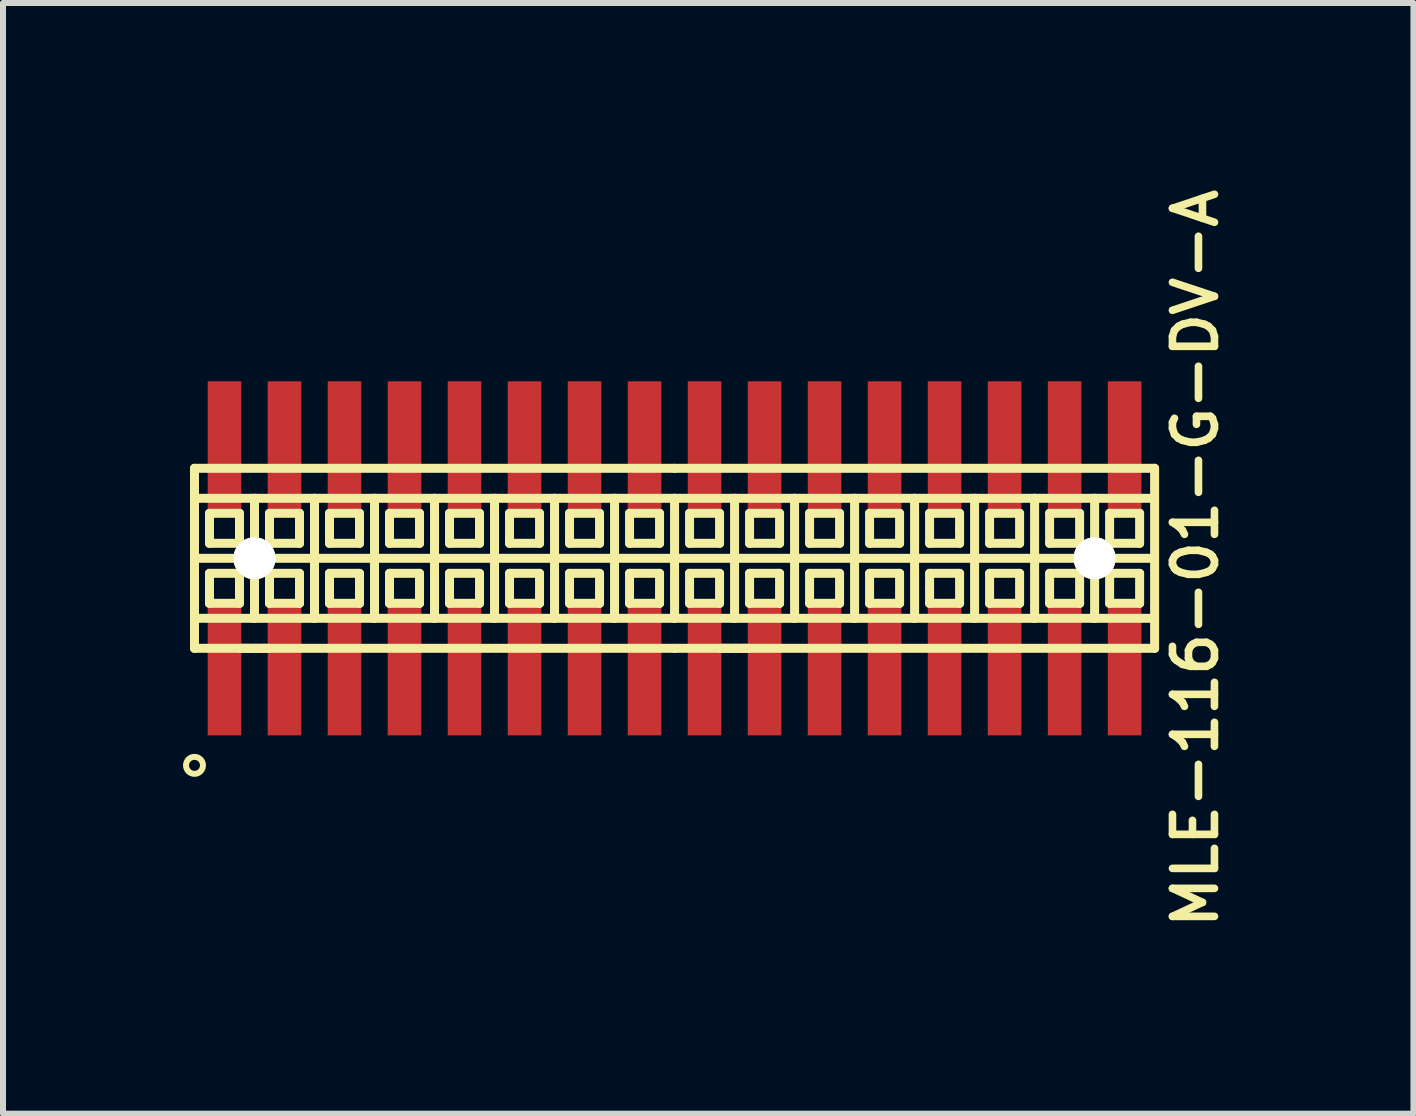
<source format=kicad_pcb>
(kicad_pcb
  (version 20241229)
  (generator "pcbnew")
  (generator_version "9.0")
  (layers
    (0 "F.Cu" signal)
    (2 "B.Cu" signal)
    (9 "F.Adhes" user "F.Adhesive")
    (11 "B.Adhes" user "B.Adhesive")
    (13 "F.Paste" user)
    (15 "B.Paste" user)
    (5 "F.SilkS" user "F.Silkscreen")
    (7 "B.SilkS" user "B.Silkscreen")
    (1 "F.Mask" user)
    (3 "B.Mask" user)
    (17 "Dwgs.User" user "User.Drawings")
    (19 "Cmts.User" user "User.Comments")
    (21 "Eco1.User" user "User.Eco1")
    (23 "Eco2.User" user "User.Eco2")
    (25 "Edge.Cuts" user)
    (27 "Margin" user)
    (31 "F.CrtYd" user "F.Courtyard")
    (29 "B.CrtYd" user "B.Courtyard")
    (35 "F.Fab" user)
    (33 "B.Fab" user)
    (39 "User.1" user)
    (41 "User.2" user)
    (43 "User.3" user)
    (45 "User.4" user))
  (footprint "MLE-116-01-G-DV-A"
    (layer "F.Cu")
    (at 8.191 6.254)
    (property "Reference" "MLE-116-01-G-DV-A" (at 8.68 0 90) (layer "F.SilkS") (effects (font (size 0.7 0.7) (thickness 0.127))))
    (attr through_hole)
    (fp_line (start -8 -1.5) (end 0 -1.5) (stroke (width 0.15) (type solid)) (layer "F.SilkS"))
    (fp_line (start -8 -1) (end -7 -1) (stroke (width 0.15) (type solid)) (layer "F.SilkS"))
    (fp_line (start -8 1.5) (end -8 -1.5) (stroke (width 0.15) (type solid)) (layer "F.SilkS"))
    (fp_line (start -7.75 -0.75) (end -7.25 -0.75) (stroke (width 0.15) (type solid)) (layer "F.SilkS"))
    (fp_line (start -7.75 -0.25) (end -7.75 -0.75) (stroke (width 0.15) (type solid)) (layer "F.SilkS"))
    (fp_line (start -7.75 0.25) (end -7.25 0.25) (stroke (width 0.15) (type solid)) (layer "F.SilkS"))
    (fp_line (start -7.75 0.75) (end -7.75 0.25) (stroke (width 0.15) (type solid)) (layer "F.SilkS"))
    (fp_line (start -7.25 -0.75) (end -7.25 -0.25) (stroke (width 0.15) (type solid)) (layer "F.SilkS"))
    (fp_line (start -7.25 -0.25) (end -7.75 -0.25) (stroke (width 0.15) (type solid)) (layer "F.SilkS"))
    (fp_line (start -7.25 0.25) (end -7.25 0.75) (stroke (width 0.15) (type solid)) (layer "F.SilkS"))
    (fp_line (start -7.25 0.75) (end -7.75 0.75) (stroke (width 0.15) (type solid)) (layer "F.SilkS"))
    (fp_line (start -7.25 1.5) (end -6.75 1.5) (stroke (width 0.15) (type solid)) (layer "F.SilkS"))
    (fp_line (start -7 -1) (end -7 0) (stroke (width 0.15) (type solid)) (layer "F.SilkS"))
    (fp_line (start -7 -1) (end -6 -1) (stroke (width 0.15) (type solid)) (layer "F.SilkS"))
    (fp_line (start -7 0) (end -8 0) (stroke (width 0.15) (type solid)) (layer "F.SilkS"))
    (fp_line (start -7 0) (end -7 1) (stroke (width 0.15) (type solid)) (layer "F.SilkS"))
    (fp_line (start -7 1) (end -8 1) (stroke (width 0.15) (type solid)) (layer "F.SilkS"))
    (fp_line (start -6.75 -0.75) (end -6.25 -0.75) (stroke (width 0.15) (type solid)) (layer "F.SilkS"))
    (fp_line (start -6.75 -0.25) (end -6.75 -0.75) (stroke (width 0.15) (type solid)) (layer "F.SilkS"))
    (fp_line (start -6.75 0.25) (end -6.25 0.25) (stroke (width 0.15) (type solid)) (layer "F.SilkS"))
    (fp_line (start -6.75 0.75) (end -6.75 0.25) (stroke (width 0.15) (type solid)) (layer "F.SilkS"))
    (fp_line (start -6.25 -0.75) (end -6.25 -0.25) (stroke (width 0.15) (type solid)) (layer "F.SilkS"))
    (fp_line (start -6.25 -0.25) (end -6.75 -0.25) (stroke (width 0.15) (type solid)) (layer "F.SilkS"))
    (fp_line (start -6.25 0.25) (end -6.25 0.75) (stroke (width 0.15) (type solid)) (layer "F.SilkS"))
    (fp_line (start -6.25 0.75) (end -6.75 0.75) (stroke (width 0.15) (type solid)) (layer "F.SilkS"))
    (fp_line (start -6 -1) (end -6 0) (stroke (width 0.15) (type solid)) (layer "F.SilkS"))
    (fp_line (start -6 -1) (end -5 -1) (stroke (width 0.15) (type solid)) (layer "F.SilkS"))
    (fp_line (start -6 0) (end -7 0) (stroke (width 0.15) (type solid)) (layer "F.SilkS"))
    (fp_line (start -6 0) (end -6 1) (stroke (width 0.15) (type solid)) (layer "F.SilkS"))
    (fp_line (start -6 1) (end -7 1) (stroke (width 0.15) (type solid)) (layer "F.SilkS"))
    (fp_line (start -5.75 -0.75) (end -5.25 -0.75) (stroke (width 0.15) (type solid)) (layer "F.SilkS"))
    (fp_line (start -5.75 -0.25) (end -5.75 -0.75) (stroke (width 0.15) (type solid)) (layer "F.SilkS"))
    (fp_line (start -5.75 0.25) (end -5.25 0.25) (stroke (width 0.15) (type solid)) (layer "F.SilkS"))
    (fp_line (start -5.75 0.75) (end -5.75 0.25) (stroke (width 0.15) (type solid)) (layer "F.SilkS"))
    (fp_line (start -5.25 -0.75) (end -5.25 -0.25) (stroke (width 0.15) (type solid)) (layer "F.SilkS"))
    (fp_line (start -5.25 -0.25) (end -5.75 -0.25) (stroke (width 0.15) (type solid)) (layer "F.SilkS"))
    (fp_line (start -5.25 0.25) (end -5.25 0.75) (stroke (width 0.15) (type solid)) (layer "F.SilkS"))
    (fp_line (start -5.25 0.75) (end -5.75 0.75) (stroke (width 0.15) (type solid)) (layer "F.SilkS"))
    (fp_line (start -5 -1) (end -5 0) (stroke (width 0.15) (type solid)) (layer "F.SilkS"))
    (fp_line (start -5 -1) (end -4 -1) (stroke (width 0.15) (type solid)) (layer "F.SilkS"))
    (fp_line (start -5 0) (end -6 0) (stroke (width 0.15) (type solid)) (layer "F.SilkS"))
    (fp_line (start -5 0) (end -5 1) (stroke (width 0.15) (type solid)) (layer "F.SilkS"))
    (fp_line (start -5 1) (end -6 1) (stroke (width 0.15) (type solid)) (layer "F.SilkS"))
    (fp_line (start -4.75 -0.75) (end -4.25 -0.75) (stroke (width 0.15) (type solid)) (layer "F.SilkS"))
    (fp_line (start -4.75 -0.25) (end -4.75 -0.75) (stroke (width 0.15) (type solid)) (layer "F.SilkS"))
    (fp_line (start -4.75 0.25) (end -4.25 0.25) (stroke (width 0.15) (type solid)) (layer "F.SilkS"))
    (fp_line (start -4.75 0.75) (end -4.75 0.25) (stroke (width 0.15) (type solid)) (layer "F.SilkS"))
    (fp_line (start -4.25 -0.75) (end -4.25 -0.25) (stroke (width 0.15) (type solid)) (layer "F.SilkS"))
    (fp_line (start -4.25 -0.25) (end -4.75 -0.25) (stroke (width 0.15) (type solid)) (layer "F.SilkS"))
    (fp_line (start -4.25 0.25) (end -4.25 0.75) (stroke (width 0.15) (type solid)) (layer "F.SilkS"))
    (fp_line (start -4.25 0.75) (end -4.75 0.75) (stroke (width 0.15) (type solid)) (layer "F.SilkS"))
    (fp_line (start -4 -1) (end -4 0) (stroke (width 0.15) (type solid)) (layer "F.SilkS"))
    (fp_line (start -4 -1) (end -3 -1) (stroke (width 0.15) (type solid)) (layer "F.SilkS"))
    (fp_line (start -4 0) (end -5 0) (stroke (width 0.15) (type solid)) (layer "F.SilkS"))
    (fp_line (start -4 0) (end -4 1) (stroke (width 0.15) (type solid)) (layer "F.SilkS"))
    (fp_line (start -4 1) (end -5 1) (stroke (width 0.15) (type solid)) (layer "F.SilkS"))
    (fp_line (start -3.75 -0.75) (end -3.25 -0.75) (stroke (width 0.15) (type solid)) (layer "F.SilkS"))
    (fp_line (start -3.75 -0.25) (end -3.75 -0.75) (stroke (width 0.15) (type solid)) (layer "F.SilkS"))
    (fp_line (start -3.75 0.25) (end -3.25 0.25) (stroke (width 0.15) (type solid)) (layer "F.SilkS"))
    (fp_line (start -3.75 0.5) (end -3.75 0.25) (stroke (width 0.15) (type solid)) (layer "F.SilkS"))
    (fp_line (start -3.75 0.75) (end -3.75 0.5) (stroke (width 0.15) (type solid)) (layer "F.SilkS"))
    (fp_line (start -3.25 -0.75) (end -3.25 -0.5) (stroke (width 0.15) (type solid)) (layer "F.SilkS"))
    (fp_line (start -3.25 -0.5) (end -3.25 -0.25) (stroke (width 0.15) (type solid)) (layer "F.SilkS"))
    (fp_line (start -3.25 -0.25) (end -3.75 -0.25) (stroke (width 0.15) (type solid)) (layer "F.SilkS"))
    (fp_line (start -3.25 0.25) (end -3.25 0.75) (stroke (width 0.15) (type solid)) (layer "F.SilkS"))
    (fp_line (start -3.25 0.75) (end -3.75 0.75) (stroke (width 0.15) (type solid)) (layer "F.SilkS"))
    (fp_line (start -3 -1) (end -3 0) (stroke (width 0.15) (type solid)) (layer "F.SilkS"))
    (fp_line (start -3 -1) (end -2 -1) (stroke (width 0.15) (type solid)) (layer "F.SilkS"))
    (fp_line (start -3 0) (end -4 0) (stroke (width 0.15) (type solid)) (layer "F.SilkS"))
    (fp_line (start -3 0) (end -3 1) (stroke (width 0.15) (type solid)) (layer "F.SilkS"))
    (fp_line (start -3 1) (end -4 1) (stroke (width 0.15) (type solid)) (layer "F.SilkS"))
    (fp_line (start -2.75 -0.75) (end -2.25 -0.75) (stroke (width 0.15) (type solid)) (layer "F.SilkS"))
    (fp_line (start -2.75 -0.25) (end -2.75 -0.75) (stroke (width 0.15) (type solid)) (layer "F.SilkS"))
    (fp_line (start -2.75 0.25) (end -2.25 0.25) (stroke (width 0.15) (type solid)) (layer "F.SilkS"))
    (fp_line (start -2.75 0.75) (end -2.75 0.25) (stroke (width 0.15) (type solid)) (layer "F.SilkS"))
    (fp_line (start -2.25 -0.75) (end -2.25 -0.25) (stroke (width 0.15) (type solid)) (layer "F.SilkS"))
    (fp_line (start -2.25 -0.25) (end -2.75 -0.25) (stroke (width 0.15) (type solid)) (layer "F.SilkS"))
    (fp_line (start -2.25 0.25) (end -2.25 0.75) (stroke (width 0.15) (type solid)) (layer "F.SilkS"))
    (fp_line (start -2.25 0.75) (end -2.75 0.75) (stroke (width 0.15) (type solid)) (layer "F.SilkS"))
    (fp_line (start -2 -1) (end -2 0) (stroke (width 0.15) (type solid)) (layer "F.SilkS"))
    (fp_line (start -2 -1) (end -1 -1) (stroke (width 0.15) (type solid)) (layer "F.SilkS"))
    (fp_line (start -2 0) (end -3 0) (stroke (width 0.15) (type solid)) (layer "F.SilkS"))
    (fp_line (start -2 0) (end -2 1) (stroke (width 0.15) (type solid)) (layer "F.SilkS"))
    (fp_line (start -2 1) (end -3 1) (stroke (width 0.15) (type solid)) (layer "F.SilkS"))
    (fp_line (start -1.75 -0.75) (end -1.25 -0.75) (stroke (width 0.15) (type solid)) (layer "F.SilkS"))
    (fp_line (start -1.75 -0.25) (end -1.75 -0.75) (stroke (width 0.15) (type solid)) (layer "F.SilkS"))
    (fp_line (start -1.75 0.25) (end -1.25 0.25) (stroke (width 0.15) (type solid)) (layer "F.SilkS"))
    (fp_line (start -1.75 0.75) (end -1.75 0.25) (stroke (width 0.15) (type solid)) (layer "F.SilkS"))
    (fp_line (start -1.25 -0.75) (end -1.25 -0.25) (stroke (width 0.15) (type solid)) (layer "F.SilkS"))
    (fp_line (start -1.25 -0.25) (end -1.75 -0.25) (stroke (width 0.15) (type solid)) (layer "F.SilkS"))
    (fp_line (start -1.25 0.25) (end -1.25 0.75) (stroke (width 0.15) (type solid)) (layer "F.SilkS"))
    (fp_line (start -1.25 0.75) (end -1.75 0.75) (stroke (width 0.15) (type solid)) (layer "F.SilkS"))
    (fp_line (start -1 -1) (end -1 0) (stroke (width 0.15) (type solid)) (layer "F.SilkS"))
    (fp_line (start -1 -1) (end 0 -1) (stroke (width 0.15) (type solid)) (layer "F.SilkS"))
    (fp_line (start -1 0) (end -2 0) (stroke (width 0.15) (type solid)) (layer "F.SilkS"))
    (fp_line (start -1 0) (end -1 1) (stroke (width 0.15) (type solid)) (layer "F.SilkS"))
    (fp_line (start -1 0) (end 0 0) (stroke (width 0.15) (type solid)) (layer "F.SilkS"))
    (fp_line (start -1 1) (end -2 1) (stroke (width 0.15) (type solid)) (layer "F.SilkS"))
    (fp_line (start -1 1) (end 0 1) (stroke (width 0.15) (type solid)) (layer "F.SilkS"))
    (fp_line (start -0.75 -0.75) (end -0.25 -0.75) (stroke (width 0.15) (type solid)) (layer "F.SilkS"))
    (fp_line (start -0.75 -0.25) (end -0.75 -0.75) (stroke (width 0.15) (type solid)) (layer "F.SilkS"))
    (fp_line (start -0.75 0.25) (end -0.25 0.25) (stroke (width 0.15) (type solid)) (layer "F.SilkS"))
    (fp_line (start -0.75 0.75) (end -0.75 0.25) (stroke (width 0.15) (type solid)) (layer "F.SilkS"))
    (fp_line (start -0.25 -0.75) (end -0.25 -0.25) (stroke (width 0.15) (type solid)) (layer "F.SilkS"))
    (fp_line (start -0.25 -0.25) (end -0.75 -0.25) (stroke (width 0.15) (type solid)) (layer "F.SilkS"))
    (fp_line (start -0.25 0.25) (end -0.25 0.75) (stroke (width 0.15) (type solid)) (layer "F.SilkS"))
    (fp_line (start -0.25 0.75) (end -0.75 0.75) (stroke (width 0.15) (type solid)) (layer "F.SilkS"))
    (fp_line (start 0 -1.5) (end 8 -1.5) (stroke (width 0.15) (type solid)) (layer "F.SilkS"))
    (fp_line (start 0 -1) (end 0 1) (stroke (width 0.15) (type solid)) (layer "F.SilkS"))
    (fp_line (start 0 -1) (end 1 -1) (stroke (width 0.15) (type solid)) (layer "F.SilkS"))
    (fp_line (start 0 1.5) (end -8 1.5) (stroke (width 0.15) (type solid)) (layer "F.SilkS"))
    (fp_line (start 0.25 -0.75) (end 0.75 -0.75) (stroke (width 0.15) (type solid)) (layer "F.SilkS"))
    (fp_line (start 0.25 -0.25) (end 0.25 -0.75) (stroke (width 0.15) (type solid)) (layer "F.SilkS"))
    (fp_line (start 0.25 0.25) (end 0.75 0.25) (stroke (width 0.15) (type solid)) (layer "F.SilkS"))
    (fp_line (start 0.25 0.75) (end 0.25 0.25) (stroke (width 0.15) (type solid)) (layer "F.SilkS"))
    (fp_line (start 0.75 -0.75) (end 0.75 -0.25) (stroke (width 0.15) (type solid)) (layer "F.SilkS"))
    (fp_line (start 0.75 -0.25) (end 0.25 -0.25) (stroke (width 0.15) (type solid)) (layer "F.SilkS"))
    (fp_line (start 0.75 0.25) (end 0.75 0.75) (stroke (width 0.15) (type solid)) (layer "F.SilkS"))
    (fp_line (start 0.75 0.75) (end 0.25 0.75) (stroke (width 0.15) (type solid)) (layer "F.SilkS"))
    (fp_line (start 0.75 1.5) (end 1.25 1.5) (stroke (width 0.15) (type solid)) (layer "F.SilkS"))
    (fp_line (start 1 -1) (end 1 0) (stroke (width 0.15) (type solid)) (layer "F.SilkS"))
    (fp_line (start 1 -1) (end 2 -1) (stroke (width 0.15) (type solid)) (layer "F.SilkS"))
    (fp_line (start 1 0) (end 0 0) (stroke (width 0.15) (type solid)) (layer "F.SilkS"))
    (fp_line (start 1 0) (end 1 1) (stroke (width 0.15) (type solid)) (layer "F.SilkS"))
    (fp_line (start 1 1) (end 0 1) (stroke (width 0.15) (type solid)) (layer "F.SilkS"))
    (fp_line (start 1.25 -0.75) (end 1.75 -0.75) (stroke (width 0.15) (type solid)) (layer "F.SilkS"))
    (fp_line (start 1.25 -0.25) (end 1.25 -0.75) (stroke (width 0.15) (type solid)) (layer "F.SilkS"))
    (fp_line (start 1.25 0.25) (end 1.75 0.25) (stroke (width 0.15) (type solid)) (layer "F.SilkS"))
    (fp_line (start 1.25 0.75) (end 1.25 0.25) (stroke (width 0.15) (type solid)) (layer "F.SilkS"))
    (fp_line (start 1.75 -0.75) (end 1.75 -0.25) (stroke (width 0.15) (type solid)) (layer "F.SilkS"))
    (fp_line (start 1.75 -0.25) (end 1.25 -0.25) (stroke (width 0.15) (type solid)) (layer "F.SilkS"))
    (fp_line (start 1.75 0.25) (end 1.75 0.75) (stroke (width 0.15) (type solid)) (layer "F.SilkS"))
    (fp_line (start 1.75 0.75) (end 1.25 0.75) (stroke (width 0.15) (type solid)) (layer "F.SilkS"))
    (fp_line (start 2 -1) (end 2 0) (stroke (width 0.15) (type solid)) (layer "F.SilkS"))
    (fp_line (start 2 -1) (end 3 -1) (stroke (width 0.15) (type solid)) (layer "F.SilkS"))
    (fp_line (start 2 0) (end 1 0) (stroke (width 0.15) (type solid)) (layer "F.SilkS"))
    (fp_line (start 2 0) (end 2 1) (stroke (width 0.15) (type solid)) (layer "F.SilkS"))
    (fp_line (start 2 1) (end 1 1) (stroke (width 0.15) (type solid)) (layer "F.SilkS"))
    (fp_line (start 2.25 -0.75) (end 2.75 -0.75) (stroke (width 0.15) (type solid)) (layer "F.SilkS"))
    (fp_line (start 2.25 -0.25) (end 2.25 -0.75) (stroke (width 0.15) (type solid)) (layer "F.SilkS"))
    (fp_line (start 2.25 0.25) (end 2.75 0.25) (stroke (width 0.15) (type solid)) (layer "F.SilkS"))
    (fp_line (start 2.25 0.75) (end 2.25 0.25) (stroke (width 0.15) (type solid)) (layer "F.SilkS"))
    (fp_line (start 2.75 -0.75) (end 2.75 -0.25) (stroke (width 0.15) (type solid)) (layer "F.SilkS"))
    (fp_line (start 2.75 -0.25) (end 2.25 -0.25) (stroke (width 0.15) (type solid)) (layer "F.SilkS"))
    (fp_line (start 2.75 0.25) (end 2.75 0.75) (stroke (width 0.15) (type solid)) (layer "F.SilkS"))
    (fp_line (start 2.75 0.75) (end 2.25 0.75) (stroke (width 0.15) (type solid)) (layer "F.SilkS"))
    (fp_line (start 3 -1) (end 3 0) (stroke (width 0.15) (type solid)) (layer "F.SilkS"))
    (fp_line (start 3 -1) (end 4 -1) (stroke (width 0.15) (type solid)) (layer "F.SilkS"))
    (fp_line (start 3 0) (end 2 0) (stroke (width 0.15) (type solid)) (layer "F.SilkS"))
    (fp_line (start 3 0) (end 3 1) (stroke (width 0.15) (type solid)) (layer "F.SilkS"))
    (fp_line (start 3 1) (end 2 1) (stroke (width 0.15) (type solid)) (layer "F.SilkS"))
    (fp_line (start 3.25 -0.75) (end 3.75 -0.75) (stroke (width 0.15) (type solid)) (layer "F.SilkS"))
    (fp_line (start 3.25 -0.25) (end 3.25 -0.75) (stroke (width 0.15) (type solid)) (layer "F.SilkS"))
    (fp_line (start 3.25 0.25) (end 3.75 0.25) (stroke (width 0.15) (type solid)) (layer "F.SilkS"))
    (fp_line (start 3.25 0.75) (end 3.25 0.25) (stroke (width 0.15) (type solid)) (layer "F.SilkS"))
    (fp_line (start 3.75 -0.75) (end 3.75 -0.25) (stroke (width 0.15) (type solid)) (layer "F.SilkS"))
    (fp_line (start 3.75 -0.25) (end 3.25 -0.25) (stroke (width 0.15) (type solid)) (layer "F.SilkS"))
    (fp_line (start 3.75 0.25) (end 3.75 0.75) (stroke (width 0.15) (type solid)) (layer "F.SilkS"))
    (fp_line (start 3.75 0.75) (end 3.25 0.75) (stroke (width 0.15) (type solid)) (layer "F.SilkS"))
    (fp_line (start 4 -1) (end 4 0) (stroke (width 0.15) (type solid)) (layer "F.SilkS"))
    (fp_line (start 4 -1) (end 5 -1) (stroke (width 0.15) (type solid)) (layer "F.SilkS"))
    (fp_line (start 4 0) (end 3 0) (stroke (width 0.15) (type solid)) (layer "F.SilkS"))
    (fp_line (start 4 0) (end 4 1) (stroke (width 0.15) (type solid)) (layer "F.SilkS"))
    (fp_line (start 4 1) (end 3 1) (stroke (width 0.15) (type solid)) (layer "F.SilkS"))
    (fp_line (start 4.25 -0.75) (end 4.75 -0.75) (stroke (width 0.15) (type solid)) (layer "F.SilkS"))
    (fp_line (start 4.25 -0.25) (end 4.25 -0.75) (stroke (width 0.15) (type solid)) (layer "F.SilkS"))
    (fp_line (start 4.25 0.25) (end 4.75 0.25) (stroke (width 0.15) (type solid)) (layer "F.SilkS"))
    (fp_line (start 4.25 0.5) (end 4.25 0.25) (stroke (width 0.15) (type solid)) (layer "F.SilkS"))
    (fp_line (start 4.25 0.75) (end 4.25 0.5) (stroke (width 0.15) (type solid)) (layer "F.SilkS"))
    (fp_line (start 4.75 -0.75) (end 4.75 -0.5) (stroke (width 0.15) (type solid)) (layer "F.SilkS"))
    (fp_line (start 4.75 -0.5) (end 4.75 -0.25) (stroke (width 0.15) (type solid)) (layer "F.SilkS"))
    (fp_line (start 4.75 -0.25) (end 4.25 -0.25) (stroke (width 0.15) (type solid)) (layer "F.SilkS"))
    (fp_line (start 4.75 0.25) (end 4.75 0.75) (stroke (width 0.15) (type solid)) (layer "F.SilkS"))
    (fp_line (start 4.75 0.75) (end 4.25 0.75) (stroke (width 0.15) (type solid)) (layer "F.SilkS"))
    (fp_line (start 5 -1) (end 5 0) (stroke (width 0.15) (type solid)) (layer "F.SilkS"))
    (fp_line (start 5 -1) (end 6 -1) (stroke (width 0.15) (type solid)) (layer "F.SilkS"))
    (fp_line (start 5 0) (end 4 0) (stroke (width 0.15) (type solid)) (layer "F.SilkS"))
    (fp_line (start 5 0) (end 5 1) (stroke (width 0.15) (type solid)) (layer "F.SilkS"))
    (fp_line (start 5 1) (end 4 1) (stroke (width 0.15) (type solid)) (layer "F.SilkS"))
    (fp_line (start 5.25 -0.75) (end 5.75 -0.75) (stroke (width 0.15) (type solid)) (layer "F.SilkS"))
    (fp_line (start 5.25 -0.25) (end 5.25 -0.75) (stroke (width 0.15) (type solid)) (layer "F.SilkS"))
    (fp_line (start 5.25 0.25) (end 5.75 0.25) (stroke (width 0.15) (type solid)) (layer "F.SilkS"))
    (fp_line (start 5.25 0.75) (end 5.25 0.25) (stroke (width 0.15) (type solid)) (layer "F.SilkS"))
    (fp_line (start 5.75 -0.75) (end 5.75 -0.25) (stroke (width 0.15) (type solid)) (layer "F.SilkS"))
    (fp_line (start 5.75 -0.25) (end 5.25 -0.25) (stroke (width 0.15) (type solid)) (layer "F.SilkS"))
    (fp_line (start 5.75 0.25) (end 5.75 0.75) (stroke (width 0.15) (type solid)) (layer "F.SilkS"))
    (fp_line (start 5.75 0.75) (end 5.25 0.75) (stroke (width 0.15) (type solid)) (layer "F.SilkS"))
    (fp_line (start 6 -1) (end 6 0) (stroke (width 0.15) (type solid)) (layer "F.SilkS"))
    (fp_line (start 6 -1) (end 7 -1) (stroke (width 0.15) (type solid)) (layer "F.SilkS"))
    (fp_line (start 6 0) (end 5 0) (stroke (width 0.15) (type solid)) (layer "F.SilkS"))
    (fp_line (start 6 0) (end 6 1) (stroke (width 0.15) (type solid)) (layer "F.SilkS"))
    (fp_line (start 6 1) (end 5 1) (stroke (width 0.15) (type solid)) (layer "F.SilkS"))
    (fp_line (start 6.25 -0.75) (end 6.75 -0.75) (stroke (width 0.15) (type solid)) (layer "F.SilkS"))
    (fp_line (start 6.25 -0.25) (end 6.25 -0.75) (stroke (width 0.15) (type solid)) (layer "F.SilkS"))
    (fp_line (start 6.25 0.25) (end 6.75 0.25) (stroke (width 0.15) (type solid)) (layer "F.SilkS"))
    (fp_line (start 6.25 0.75) (end 6.25 0.25) (stroke (width 0.15) (type solid)) (layer "F.SilkS"))
    (fp_line (start 6.75 -0.75) (end 6.75 -0.25) (stroke (width 0.15) (type solid)) (layer "F.SilkS"))
    (fp_line (start 6.75 -0.25) (end 6.25 -0.25) (stroke (width 0.15) (type solid)) (layer "F.SilkS"))
    (fp_line (start 6.75 0.25) (end 6.75 0.75) (stroke (width 0.15) (type solid)) (layer "F.SilkS"))
    (fp_line (start 6.75 0.75) (end 6.25 0.75) (stroke (width 0.15) (type solid)) (layer "F.SilkS"))
    (fp_line (start 7 -1) (end 7 0) (stroke (width 0.15) (type solid)) (layer "F.SilkS"))
    (fp_line (start 7 -1) (end 8 -1) (stroke (width 0.15) (type solid)) (layer "F.SilkS"))
    (fp_line (start 7 0) (end 6 0) (stroke (width 0.15) (type solid)) (layer "F.SilkS"))
    (fp_line (start 7 0) (end 7 1) (stroke (width 0.15) (type solid)) (layer "F.SilkS"))
    (fp_line (start 7 0) (end 8 0) (stroke (width 0.15) (type solid)) (layer "F.SilkS"))
    (fp_line (start 7 1) (end 6 1) (stroke (width 0.15) (type solid)) (layer "F.SilkS"))
    (fp_line (start 7 1) (end 8 1) (stroke (width 0.15) (type solid)) (layer "F.SilkS"))
    (fp_line (start 7.25 -0.75) (end 7.75 -0.75) (stroke (width 0.15) (type solid)) (layer "F.SilkS"))
    (fp_line (start 7.25 -0.25) (end 7.25 -0.75) (stroke (width 0.15) (type solid)) (layer "F.SilkS"))
    (fp_line (start 7.25 0.25) (end 7.75 0.25) (stroke (width 0.15) (type solid)) (layer "F.SilkS"))
    (fp_line (start 7.25 0.75) (end 7.25 0.25) (stroke (width 0.15) (type solid)) (layer "F.SilkS"))
    (fp_line (start 7.75 -0.75) (end 7.75 -0.25) (stroke (width 0.15) (type solid)) (layer "F.SilkS"))
    (fp_line (start 7.75 -0.25) (end 7.25 -0.25) (stroke (width 0.15) (type solid)) (layer "F.SilkS"))
    (fp_line (start 7.75 0.25) (end 7.75 0.75) (stroke (width 0.15) (type solid)) (layer "F.SilkS"))
    (fp_line (start 7.75 0.75) (end 7.25 0.75) (stroke (width 0.15) (type solid)) (layer "F.SilkS"))
    (fp_line (start 8 -1.5) (end 8 1.5) (stroke (width 0.15) (type solid)) (layer "F.SilkS"))
    (fp_line (start 8 1.5) (end 0 1.5) (stroke (width 0.15) (type solid)) (layer "F.SilkS"))
    (fp_circle (center -8 3.45) (end -8.1 3.55) (stroke (width 0.1) (type solid)) (fill no) (layer "F.SilkS"))
    (pad "" np_thru_hole circle (at -7 0) (size 0.7 0.7) (drill 0.7) (layers "*.Cu" "*.Mask" "F.SilkS"))
    (pad "" np_thru_hole circle (at 7 0) (size 0.7 0.7) (drill 0.7) (layers "*.Cu" "*.Mask" "F.SilkS"))
    (pad "1" smd rect (at -7.5 1.85) (size 0.56 2.2) (layers "F.Cu" "F.Mask" "F.Paste"))
    (pad "2" smd rect (at -7.5 -1.85) (size 0.56 2.2) (layers "F.Cu" "F.Mask" "F.Paste"))
    (pad "3" smd rect (at -6.5 1.85) (size 0.56 2.2) (layers "F.Cu" "F.Mask" "F.Paste"))
    (pad "4" smd rect (at -6.5 -1.85) (size 0.56 2.2) (layers "F.Cu" "F.Mask" "F.Paste"))
    (pad "5" smd rect (at -5.5 1.85) (size 0.56 2.2) (layers "F.Cu" "F.Mask" "F.Paste"))
    (pad "6" smd rect (at -5.5 -1.85) (size 0.56 2.2) (layers "F.Cu" "F.Mask" "F.Paste"))
    (pad "7" smd rect (at -4.5 1.85) (size 0.56 2.2) (layers "F.Cu" "F.Mask" "F.Paste"))
    (pad "8" smd rect (at -4.5 -1.85) (size 0.56 2.2) (layers "F.Cu" "F.Mask" "F.Paste"))
    (pad "9" smd rect (at -3.5 1.85) (size 0.56 2.2) (layers "F.Cu" "F.Mask" "F.Paste"))
    (pad "10" smd rect (at -3.5 -1.85) (size 0.56 2.2) (layers "F.Cu" "F.Mask" "F.Paste"))
    (pad "11" smd rect (at -2.5 1.85) (size 0.56 2.2) (layers "F.Cu" "F.Mask" "F.Paste"))
    (pad "12" smd rect (at -2.5 -1.85) (size 0.56 2.2) (layers "F.Cu" "F.Mask" "F.Paste"))
    (pad "13" smd rect (at -1.5 1.85) (size 0.56 2.2) (layers "F.Cu" "F.Mask" "F.Paste"))
    (pad "14" smd rect (at -1.5 -1.85) (size 0.56 2.2) (layers "F.Cu" "F.Mask" "F.Paste"))
    (pad "15" smd rect (at -0.5 1.85) (size 0.56 2.2) (layers "F.Cu" "F.Mask" "F.Paste"))
    (pad "16" smd rect (at -0.5 -1.85) (size 0.56 2.2) (layers "F.Cu" "F.Mask" "F.Paste"))
    (pad "17" smd rect (at 0.5 1.85) (size 0.56 2.2) (layers "F.Cu" "F.Mask" "F.Paste"))
    (pad "18" smd rect (at 0.5 -1.85) (size 0.56 2.2) (layers "F.Cu" "F.Mask" "F.Paste"))
    (pad "19" smd rect (at 1.5 1.85) (size 0.56 2.2) (layers "F.Cu" "F.Mask" "F.Paste"))
    (pad "20" smd rect (at 1.5 -1.85) (size 0.56 2.2) (layers "F.Cu" "F.Mask" "F.Paste"))
    (pad "21" smd rect (at 2.5 1.85) (size 0.56 2.2) (layers "F.Cu" "F.Mask" "F.Paste"))
    (pad "22" smd rect (at 2.5 -1.85) (size 0.56 2.2) (layers "F.Cu" "F.Mask" "F.Paste"))
    (pad "23" smd rect (at 3.5 1.85) (size 0.56 2.2) (layers "F.Cu" "F.Mask" "F.Paste"))
    (pad "24" smd rect (at 3.5 -1.85) (size 0.56 2.2) (layers "F.Cu" "F.Mask" "F.Paste"))
    (pad "25" smd rect (at 4.5 1.85) (size 0.56 2.2) (layers "F.Cu" "F.Mask" "F.Paste"))
    (pad "26" smd rect (at 4.5 -1.85) (size 0.56 2.2) (layers "F.Cu" "F.Mask" "F.Paste"))
    (pad "27" smd rect (at 5.5 1.85) (size 0.56 2.2) (layers "F.Cu" "F.Mask" "F.Paste"))
    (pad "28" smd rect (at 5.5 -1.85) (size 0.56 2.2) (layers "F.Cu" "F.Mask" "F.Paste"))
    (pad "29" smd rect (at 6.5 1.85) (size 0.56 2.2) (layers "F.Cu" "F.Mask" "F.Paste"))
    (pad "30" smd rect (at 6.5 -1.85) (size 0.56 2.2) (layers "F.Cu" "F.Mask" "F.Paste"))
    (pad "31" smd rect (at 7.5 1.85) (size 0.56 2.2) (layers "F.Cu" "F.Mask" "F.Paste"))
    (pad "32" smd rect (at 7.5 -1.85) (size 0.56 2.2) (layers "F.Cu" "F.Mask" "F.Paste")))
  (gr_rect
    (start -3 -3)
    (end 20.504 15.508)
    (stroke (width 0.1) (type default))
    (fill no)
    (layer "Edge.Cuts")))
</source>
